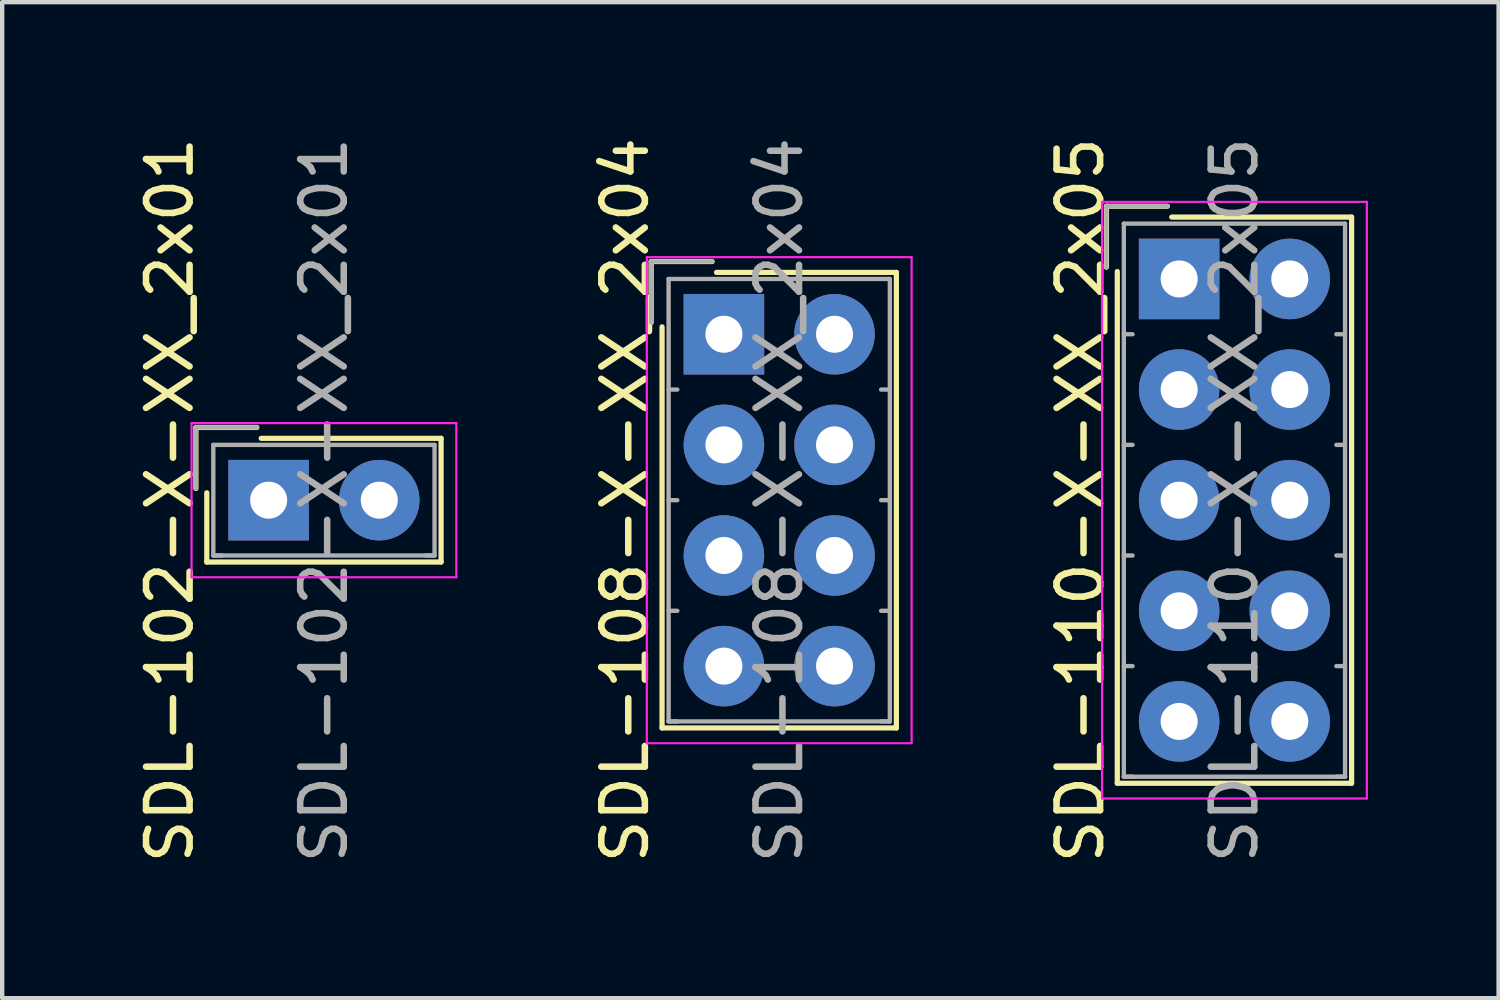
<source format=kicad_pcb>
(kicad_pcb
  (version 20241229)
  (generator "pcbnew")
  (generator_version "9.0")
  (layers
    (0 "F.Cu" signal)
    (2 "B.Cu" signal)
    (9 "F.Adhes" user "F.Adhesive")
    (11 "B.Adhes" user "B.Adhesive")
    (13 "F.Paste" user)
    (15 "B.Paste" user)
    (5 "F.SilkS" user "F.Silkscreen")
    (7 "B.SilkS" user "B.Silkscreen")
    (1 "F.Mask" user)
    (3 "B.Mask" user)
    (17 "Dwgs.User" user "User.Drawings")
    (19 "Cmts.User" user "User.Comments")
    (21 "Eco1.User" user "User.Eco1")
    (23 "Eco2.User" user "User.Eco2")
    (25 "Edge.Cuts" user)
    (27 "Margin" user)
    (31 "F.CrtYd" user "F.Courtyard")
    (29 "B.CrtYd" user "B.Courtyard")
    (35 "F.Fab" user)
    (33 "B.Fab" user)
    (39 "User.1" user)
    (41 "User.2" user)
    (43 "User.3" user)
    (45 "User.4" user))
  (footprint "SDL-102-X-XX_2x01"
    (layer "F.Cu")
    (at 3.118 8.435)
    (property "Reference" "SDL-102-X-XX_2x01" (at -2.27 0 90) (layer "F.SilkS") (effects (font (size 1 1) (thickness 0.15))))
    (attr through_hole)
    (fp_line (start -1.67 -1.67) (end -1.67 -0.27) (stroke (width 0.12) (type solid)) (layer "F.SilkS"))
    (fp_line (start -1.42 1.42) (end -1.42 -0.17) (stroke (width 0.12) (type solid)) (layer "F.SilkS"))
    (fp_line (start -0.27 -1.67) (end -1.67 -1.67) (stroke (width 0.12) (type solid)) (layer "F.SilkS"))
    (fp_line (start -0.17 -1.42) (end 3.96 -1.42) (stroke (width 0.12) (type solid)) (layer "F.SilkS"))
    (fp_line (start 3.96 -1.42) (end 3.96 1.42) (stroke (width 0.12) (type solid)) (layer "F.SilkS"))
    (fp_line (start 3.96 1.42) (end -1.42 1.42) (stroke (width 0.12) (type solid)) (layer "F.SilkS"))
    (fp_line (start -1.77 -1.77) (end -1.77 1.77) (stroke (width 0.05) (type solid)) (layer "F.CrtYd"))
    (fp_line (start -1.77 1.77) (end 4.31 1.77) (stroke (width 0.05) (type solid)) (layer "F.CrtYd"))
    (fp_line (start 4.31 -1.77) (end -1.77 -1.77) (stroke (width 0.05) (type solid)) (layer "F.CrtYd"))
    (fp_line (start 4.31 1.77) (end 4.31 -1.77) (stroke (width 0.05) (type solid)) (layer "F.CrtYd"))
    (fp_line (start -1.67 -1.67) (end -1.67 -0.27) (stroke (width 0.1) (type solid)) (layer "F.Fab"))
    (fp_line (start -1.27 -1.27) (end -1.27 1.27) (stroke (width 0.1) (type solid)) (layer "F.Fab"))
    (fp_line (start -1.27 1.27) (end -1.07 1.27) (stroke (width 0.1) (type solid)) (layer "F.Fab"))
    (fp_line (start -1.27 1.27) (end 3.81 1.27) (stroke (width 0.1) (type solid)) (layer "F.Fab"))
    (fp_line (start -0.27 -1.67) (end -1.67 -1.67) (stroke (width 0.1) (type solid)) (layer "F.Fab"))
    (fp_line (start 3.81 -1.27) (end -1.27 -1.27) (stroke (width 0.1) (type solid)) (layer "F.Fab"))
    (fp_line (start 3.81 1.27) (end 3.61 1.27) (stroke (width 0.1) (type solid)) (layer "F.Fab"))
    (fp_line (start 3.81 1.27) (end 3.81 -1.27) (stroke (width 0.1) (type solid)) (layer "F.Fab"))
    (fp_text user "${REFERENCE}" (at 1.27 0 90) (layer "F.Fab") (effects (font (size 1 1) (thickness 0.15))))
    (pad "1" thru_hole rect (at 0 0) (size 1.85 1.85) (drill 0.85) (layers "*.Cu" "*.Mask"))
    (pad "2" thru_hole circle (at 2.54 0) (size 1.85 1.85) (drill 0.85) (layers "*.Cu" "*.Mask")))
  (footprint "SDL-108-X-XX_2x04"
    (layer "F.Cu")
    (at 13.572 4.625)
    (property "Reference" "SDL-108-X-XX_2x04" (at -2.27 3.81 90) (layer "F.SilkS") (effects (font (size 1 1) (thickness 0.15))))
    (attr through_hole)
    (fp_line (start -1.67 -1.67) (end -1.67 -0.27) (stroke (width 0.12) (type solid)) (layer "F.SilkS"))
    (fp_line (start -1.42 9.04) (end -1.42 -0.17) (stroke (width 0.12) (type solid)) (layer "F.SilkS"))
    (fp_line (start -0.27 -1.67) (end -1.67 -1.67) (stroke (width 0.12) (type solid)) (layer "F.SilkS"))
    (fp_line (start -0.17 -1.42) (end 3.96 -1.42) (stroke (width 0.12) (type solid)) (layer "F.SilkS"))
    (fp_line (start 3.96 -1.42) (end 3.96 9.04) (stroke (width 0.12) (type solid)) (layer "F.SilkS"))
    (fp_line (start 3.96 9.04) (end -1.42 9.04) (stroke (width 0.12) (type solid)) (layer "F.SilkS"))
    (fp_line (start -1.77 -1.77) (end -1.77 9.39) (stroke (width 0.05) (type solid)) (layer "F.CrtYd"))
    (fp_line (start -1.77 9.39) (end 4.31 9.39) (stroke (width 0.05) (type solid)) (layer "F.CrtYd"))
    (fp_line (start 4.31 -1.77) (end -1.77 -1.77) (stroke (width 0.05) (type solid)) (layer "F.CrtYd"))
    (fp_line (start 4.31 9.39) (end 4.31 -1.77) (stroke (width 0.05) (type solid)) (layer "F.CrtYd"))
    (fp_line (start -1.67 -1.67) (end -1.67 -0.27) (stroke (width 0.1) (type solid)) (layer "F.Fab"))
    (fp_line (start -1.27 -1.27) (end -1.27 8.89) (stroke (width 0.1) (type solid)) (layer "F.Fab"))
    (fp_line (start -1.27 1.27) (end -1.07 1.27) (stroke (width 0.1) (type solid)) (layer "F.Fab"))
    (fp_line (start -1.27 3.81) (end -1.07 3.81) (stroke (width 0.1) (type solid)) (layer "F.Fab"))
    (fp_line (start -1.27 6.35) (end -1.07 6.35) (stroke (width 0.1) (type solid)) (layer "F.Fab"))
    (fp_line (start -1.27 8.89) (end -1.07 8.89) (stroke (width 0.1) (type solid)) (layer "F.Fab"))
    (fp_line (start -1.27 8.89) (end 3.81 8.89) (stroke (width 0.1) (type solid)) (layer "F.Fab"))
    (fp_line (start -0.27 -1.67) (end -1.67 -1.67) (stroke (width 0.1) (type solid)) (layer "F.Fab"))
    (fp_line (start 3.81 -1.27) (end -1.27 -1.27) (stroke (width 0.1) (type solid)) (layer "F.Fab"))
    (fp_line (start 3.81 1.27) (end 3.61 1.27) (stroke (width 0.1) (type solid)) (layer "F.Fab"))
    (fp_line (start 3.81 3.81) (end 3.61 3.81) (stroke (width 0.1) (type solid)) (layer "F.Fab"))
    (fp_line (start 3.81 6.35) (end 3.61 6.35) (stroke (width 0.1) (type solid)) (layer "F.Fab"))
    (fp_line (start 3.81 8.89) (end 3.61 8.89) (stroke (width 0.1) (type solid)) (layer "F.Fab"))
    (fp_line (start 3.81 8.89) (end 3.81 -1.27) (stroke (width 0.1) (type solid)) (layer "F.Fab"))
    (fp_text user "${REFERENCE}" (at 1.27 3.81 90) (layer "F.Fab") (effects (font (size 1 1) (thickness 0.15))))
    (pad "1" thru_hole rect (at 0 0) (size 1.85 1.85) (drill 0.85) (layers "*.Cu" "*.Mask"))
    (pad "2" thru_hole circle (at 2.54 0) (size 1.85 1.85) (drill 0.85) (layers "*.Cu" "*.Mask"))
    (pad "3" thru_hole circle (at 0 2.54) (size 1.85 1.85) (drill 0.85) (layers "*.Cu" "*.Mask"))
    (pad "4" thru_hole circle (at 2.54 2.54) (size 1.85 1.85) (drill 0.85) (layers "*.Cu" "*.Mask"))
    (pad "5" thru_hole circle (at 0 5.08) (size 1.85 1.85) (drill 0.85) (layers "*.Cu" "*.Mask"))
    (pad "6" thru_hole circle (at 2.54 5.08) (size 1.85 1.85) (drill 0.85) (layers "*.Cu" "*.Mask"))
    (pad "7" thru_hole circle (at 0 7.62) (size 1.85 1.85) (drill 0.85) (layers "*.Cu" "*.Mask"))
    (pad "8" thru_hole circle (at 2.54 7.62) (size 1.85 1.85) (drill 0.85) (layers "*.Cu" "*.Mask")))
  (footprint "SDL-110-X-XX_2x05"
    (layer "F.Cu")
    (at 24.025 3.355)
    (property "Reference" "SDL-110-X-XX_2x05" (at -2.27 5.08 90) (layer "F.SilkS") (effects (font (size 1 1) (thickness 0.15))))
    (attr through_hole)
    (fp_line (start -1.67 -1.67) (end -1.67 -0.27) (stroke (width 0.12) (type solid)) (layer "F.SilkS"))
    (fp_line (start -1.42 11.58) (end -1.42 -0.17) (stroke (width 0.12) (type solid)) (layer "F.SilkS"))
    (fp_line (start -0.27 -1.67) (end -1.67 -1.67) (stroke (width 0.12) (type solid)) (layer "F.SilkS"))
    (fp_line (start -0.17 -1.42) (end 3.96 -1.42) (stroke (width 0.12) (type solid)) (layer "F.SilkS"))
    (fp_line (start 3.96 -1.42) (end 3.96 11.58) (stroke (width 0.12) (type solid)) (layer "F.SilkS"))
    (fp_line (start 3.96 11.58) (end -1.42 11.58) (stroke (width 0.12) (type solid)) (layer "F.SilkS"))
    (fp_line (start -1.77 -1.77) (end -1.77 11.93) (stroke (width 0.05) (type solid)) (layer "F.CrtYd"))
    (fp_line (start -1.77 11.93) (end 4.31 11.93) (stroke (width 0.05) (type solid)) (layer "F.CrtYd"))
    (fp_line (start 4.31 -1.77) (end -1.77 -1.77) (stroke (width 0.05) (type solid)) (layer "F.CrtYd"))
    (fp_line (start 4.31 11.93) (end 4.31 -1.77) (stroke (width 0.05) (type solid)) (layer "F.CrtYd"))
    (fp_line (start -1.67 -1.67) (end -1.67 -0.27) (stroke (width 0.1) (type solid)) (layer "F.Fab"))
    (fp_line (start -1.27 -1.27) (end -1.27 11.43) (stroke (width 0.1) (type solid)) (layer "F.Fab"))
    (fp_line (start -1.27 1.27) (end -1.07 1.27) (stroke (width 0.1) (type solid)) (layer "F.Fab"))
    (fp_line (start -1.27 3.81) (end -1.07 3.81) (stroke (width 0.1) (type solid)) (layer "F.Fab"))
    (fp_line (start -1.27 6.35) (end -1.07 6.35) (stroke (width 0.1) (type solid)) (layer "F.Fab"))
    (fp_line (start -1.27 8.89) (end -1.07 8.89) (stroke (width 0.1) (type solid)) (layer "F.Fab"))
    (fp_line (start -1.27 11.43) (end -1.07 11.43) (stroke (width 0.1) (type solid)) (layer "F.Fab"))
    (fp_line (start -1.27 11.43) (end 3.81 11.43) (stroke (width 0.1) (type solid)) (layer "F.Fab"))
    (fp_line (start -0.27 -1.67) (end -1.67 -1.67) (stroke (width 0.1) (type solid)) (layer "F.Fab"))
    (fp_line (start 3.81 -1.27) (end -1.27 -1.27) (stroke (width 0.1) (type solid)) (layer "F.Fab"))
    (fp_line (start 3.81 1.27) (end 3.61 1.27) (stroke (width 0.1) (type solid)) (layer "F.Fab"))
    (fp_line (start 3.81 3.81) (end 3.61 3.81) (stroke (width 0.1) (type solid)) (layer "F.Fab"))
    (fp_line (start 3.81 6.35) (end 3.61 6.35) (stroke (width 0.1) (type solid)) (layer "F.Fab"))
    (fp_line (start 3.81 8.89) (end 3.61 8.89) (stroke (width 0.1) (type solid)) (layer "F.Fab"))
    (fp_line (start 3.81 11.43) (end 3.61 11.43) (stroke (width 0.1) (type solid)) (layer "F.Fab"))
    (fp_line (start 3.81 11.43) (end 3.81 -1.27) (stroke (width 0.1) (type solid)) (layer "F.Fab"))
    (fp_text user "${REFERENCE}" (at 1.27 5.08 90) (layer "F.Fab") (effects (font (size 1 1) (thickness 0.15))))
    (pad "1" thru_hole rect (at 0 0) (size 1.85 1.85) (drill 0.85) (layers "*.Cu" "*.Mask"))
    (pad "2" thru_hole circle (at 2.54 0) (size 1.85 1.85) (drill 0.85) (layers "*.Cu" "*.Mask"))
    (pad "3" thru_hole circle (at 0 2.54) (size 1.85 1.85) (drill 0.85) (layers "*.Cu" "*.Mask"))
    (pad "4" thru_hole circle (at 2.54 2.54) (size 1.85 1.85) (drill 0.85) (layers "*.Cu" "*.Mask"))
    (pad "5" thru_hole circle (at 0 5.08) (size 1.85 1.85) (drill 0.85) (layers "*.Cu" "*.Mask"))
    (pad "6" thru_hole circle (at 2.54 5.08) (size 1.85 1.85) (drill 0.85) (layers "*.Cu" "*.Mask"))
    (pad "7" thru_hole circle (at 0 7.62) (size 1.85 1.85) (drill 0.85) (layers "*.Cu" "*.Mask"))
    (pad "8" thru_hole circle (at 2.54 7.62) (size 1.85 1.85) (drill 0.85) (layers "*.Cu" "*.Mask"))
    (pad "9" thru_hole circle (at 0 10.16) (size 1.85 1.85) (drill 0.85) (layers "*.Cu" "*.Mask"))
    (pad "10" thru_hole circle (at 2.54 10.16) (size 1.85 1.85) (drill 0.85) (layers "*.Cu" "*.Mask")))
  (gr_rect
    (start -3 -3)
    (end 31.36 19.869)
    (stroke (width 0.1) (type default))
    (fill no)
    (layer "Edge.Cuts")))
</source>
